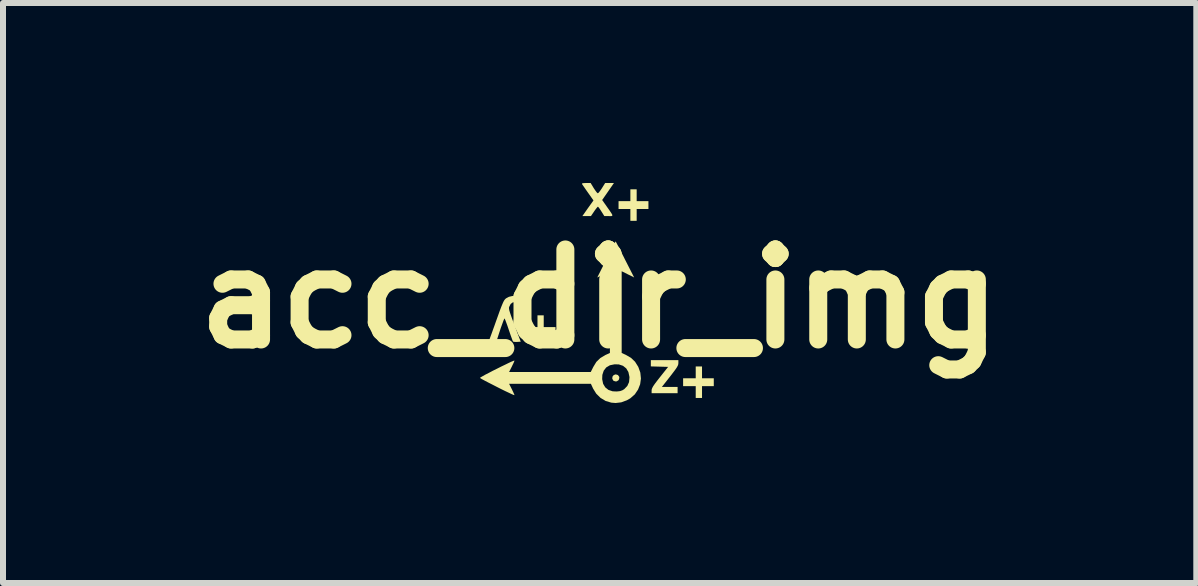
<source format=kicad_pcb>
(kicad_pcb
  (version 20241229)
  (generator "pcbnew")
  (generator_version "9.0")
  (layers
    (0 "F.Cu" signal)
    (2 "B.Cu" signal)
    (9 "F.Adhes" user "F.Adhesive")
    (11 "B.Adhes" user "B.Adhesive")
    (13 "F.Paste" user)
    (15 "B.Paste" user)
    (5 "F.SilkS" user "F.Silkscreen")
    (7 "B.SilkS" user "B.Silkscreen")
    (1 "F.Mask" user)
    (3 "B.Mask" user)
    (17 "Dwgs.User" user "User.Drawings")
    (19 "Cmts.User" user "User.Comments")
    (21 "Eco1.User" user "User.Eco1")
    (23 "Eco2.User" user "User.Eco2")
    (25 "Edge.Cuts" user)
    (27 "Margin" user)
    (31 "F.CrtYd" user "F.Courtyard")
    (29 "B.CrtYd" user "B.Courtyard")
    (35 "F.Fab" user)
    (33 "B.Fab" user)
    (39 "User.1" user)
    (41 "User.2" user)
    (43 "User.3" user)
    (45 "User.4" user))
  (footprint "acc_dir_img"
    (layer "F.Cu")
    (at 6.943 1.929)
    (property "Reference" "acc_dir_img" (at 0 0 0) (layer "F.SilkS") (effects (font (size 1.5 1.5) (thickness 0.3))))
    (attr board_only exclude_from_pos_files exclude_from_bom)
    (fp_poly (pts (xy 0.305 1.271) (xy 0.326 1.3) (xy 0.328 1.319) (xy 0.317 1.355) (xy 0.287 1.375) (xy 0.269 1.378) (xy 0.239 1.37) (xy 0.226 1.362) (xy 0.21 1.33) (xy 0.214 1.297) (xy 0.235 1.271) (xy 0.268 1.26) (xy 0.269 1.26)) (stroke (width 0) (type solid)) (fill yes) (layer "F.SilkS"))
    (fp_poly (pts (xy -0.932 0.374) (xy -0.932 0.472) (xy -0.833 0.472) (xy -0.735 0.472) (xy -0.735 0.538) (xy -0.735 0.604) (xy -0.833 0.604) (xy -0.932 0.604) (xy -0.932 0.702) (xy -0.932 0.8) (xy -0.984 0.8) (xy -1.036 0.8) (xy -1.036 0.702) (xy -1.036 0.604) (xy -1.135 0.604) (xy -1.233 0.604) (xy -1.233 0.538) (xy -1.233 0.472) (xy -1.135 0.472) (xy -1.036 0.472) (xy -1.036 0.374) (xy -1.036 0.276) (xy -0.984 0.276) (xy -0.932 0.276)) (stroke (width 0) (type solid)) (fill yes) (layer "F.SilkS"))
    (fp_poly (pts (xy 0.617 -1.725) (xy 0.617 -1.627) (xy 0.715 -1.627) (xy 0.813 -1.627) (xy 0.813 -1.561) (xy 0.813 -1.496) (xy 0.715 -1.496) (xy 0.617 -1.496) (xy 0.617 -1.397) (xy 0.617 -1.299) (xy 0.564 -1.299) (xy 0.512 -1.299) (xy 0.512 -1.397) (xy 0.512 -1.496) (xy 0.413 -1.496) (xy 0.315 -1.496) (xy 0.315 -1.561) (xy 0.315 -1.627) (xy 0.413 -1.627) (xy 0.512 -1.627) (xy 0.512 -1.725) (xy 0.512 -1.824) (xy 0.564 -1.824) (xy 0.617 -1.824)) (stroke (width 0) (type solid)) (fill yes) (layer "F.SilkS"))
    (fp_poly (pts (xy 1.706 1.227) (xy 1.706 1.325) (xy 1.804 1.325) (xy 1.902 1.325) (xy 1.902 1.391) (xy 1.902 1.456) (xy 1.804 1.456) (xy 1.706 1.456) (xy 1.706 1.555) (xy 1.706 1.653) (xy 1.653 1.653) (xy 1.601 1.653) (xy 1.601 1.555) (xy 1.601 1.456) (xy 1.496 1.456) (xy 1.391 1.456) (xy 1.391 1.391) (xy 1.391 1.325) (xy 1.496 1.325) (xy 1.601 1.325) (xy 1.601 1.227) (xy 1.601 1.128) (xy 1.653 1.128) (xy 1.706 1.128)) (stroke (width 0) (type solid)) (fill yes) (layer "F.SilkS"))
    (fp_poly (pts (xy 1.312 1.071) (xy 1.31 1.092) (xy 1.302 1.115) (xy 1.286 1.144) (xy 1.26 1.182) (xy 1.221 1.234) (xy 1.175 1.294) (xy 1.037 1.469) (xy 1.168 1.469) (xy 1.299 1.469) (xy 1.299 1.522) (xy 1.299 1.574) (xy 1.082 1.574) (xy 0.866 1.574) (xy 0.866 1.528) (xy 0.868 1.508) (xy 0.877 1.485) (xy 0.894 1.454) (xy 0.922 1.414) (xy 0.963 1.36) (xy 1.003 1.309) (xy 1.141 1.135) (xy 0.997 1.131) (xy 0.853 1.127) (xy 0.853 1.075) (xy 0.853 1.023) (xy 1.082 1.023) (xy 1.312 1.023)) (stroke (width 0) (type solid)) (fill yes) (layer "F.SilkS"))
    (fp_poly (pts (xy -0.098 -1.843) (xy -0.071 -1.803) (xy -0.048 -1.772) (xy -0.032 -1.758) (xy -0.031 -1.758) (xy -0.017 -1.768) (xy 0.006 -1.796) (xy 0.033 -1.835) (xy 0.038 -1.843) (xy 0.092 -1.929) (xy 0.165 -1.929) (xy 0.238 -1.929) (xy 0.14 -1.787) (xy 0.042 -1.646) (xy 0.12 -1.535) (xy 0.164 -1.473) (xy 0.193 -1.43) (xy 0.209 -1.403) (xy 0.212 -1.387) (xy 0.203 -1.379) (xy 0.183 -1.377) (xy 0.152 -1.378) (xy 0.151 -1.378) (xy 0.078 -1.378) (xy 0.029 -1.456) (xy 0.004 -1.495) (xy -0.017 -1.523) (xy -0.029 -1.535) (xy -0.029 -1.535) (xy -0.04 -1.525) (xy -0.062 -1.498) (xy -0.089 -1.461) (xy -0.092 -1.456) (xy -0.145 -1.378) (xy -0.217 -1.378) (xy -0.288 -1.378) (xy -0.196 -1.509) (xy -0.103 -1.639) (xy -0.194 -1.768) (xy -0.23 -1.819) (xy -0.261 -1.864) (xy -0.283 -1.896) (xy -0.294 -1.912) (xy -0.293 -1.922) (xy -0.273 -1.927) (xy -0.231 -1.929) (xy -0.227 -1.929) (xy -0.15 -1.929)) (stroke (width 0) (type solid)) (fill yes) (layer "F.SilkS"))
    (fp_poly (pts (xy -1.403 -0.045) (xy -1.385 -0.04) (xy -1.36 -0.023) (xy -1.351 0.007) (xy -1.351 0.013) (xy -1.354 0.039) (xy -1.365 0.05) (xy -1.394 0.052) (xy -1.402 0.052) (xy -1.449 0.061) (xy -1.483 0.087) (xy -1.507 0.134) (xy -1.511 0.149) (xy -1.51 0.168) (xy -1.505 0.196) (xy -1.493 0.235) (xy -1.475 0.288) (xy -1.449 0.36) (xy -1.418 0.443) (xy -1.315 0.715) (xy -1.374 0.719) (xy -1.412 0.719) (xy -1.438 0.715) (xy -1.443 0.713) (xy -1.451 0.697) (xy -1.464 0.661) (xy -1.483 0.609) (xy -1.504 0.547) (xy -1.515 0.515) (xy -1.537 0.45) (xy -1.557 0.395) (xy -1.573 0.353) (xy -1.583 0.331) (xy -1.586 0.328) (xy -1.593 0.34) (xy -1.606 0.372) (xy -1.624 0.422) (xy -1.646 0.483) (xy -1.66 0.525) (xy -1.724 0.722) (xy -1.788 0.722) (xy -1.826 0.72) (xy -1.844 0.715) (xy -1.846 0.704) (xy -1.844 0.699) (xy -1.837 0.68) (xy -1.823 0.641) (xy -1.802 0.584) (xy -1.777 0.514) (xy -1.748 0.434) (xy -1.729 0.38) (xy -1.692 0.277) (xy -1.663 0.196) (xy -1.639 0.133) (xy -1.62 0.087) (xy -1.605 0.053) (xy -1.592 0.029) (xy -1.579 0.011) (xy -1.566 -0.002) (xy -1.555 -0.01) (xy -1.511 -0.033) (xy -1.456 -0.046)) (stroke (width 0) (type solid)) (fill yes) (layer "F.SilkS"))
    (fp_poly (pts (xy 0.274 -0.943) (xy 0.291 -0.911) (xy 0.317 -0.861) (xy 0.35 -0.797) (xy 0.388 -0.723) (xy 0.423 -0.653) (xy 0.575 -0.355) (xy 0.471 -0.407) (xy 0.367 -0.459) (xy 0.367 0.222) (xy 0.367 0.903) (xy 0.437 0.935) (xy 0.523 0.985) (xy 0.59 1.049) (xy 0.642 1.132) (xy 0.644 1.135) (xy 0.678 1.231) (xy 0.688 1.329) (xy 0.675 1.424) (xy 0.64 1.513) (xy 0.586 1.593) (xy 0.512 1.658) (xy 0.455 1.691) (xy 0.36 1.726) (xy 0.267 1.737) (xy 0.194 1.731) (xy 0.1 1.703) (xy 0.015 1.652) (xy -0.057 1.581) (xy -0.112 1.492) (xy -0.114 1.486) (xy -0.146 1.417) (xy -0.828 1.417) (xy -1.509 1.417) (xy -1.462 1.51) (xy -1.441 1.554) (xy -1.426 1.588) (xy -1.419 1.605) (xy -1.419 1.606) (xy -1.433 1.603) (xy -1.466 1.589) (xy -1.514 1.566) (xy -1.574 1.538) (xy -1.641 1.505) (xy -1.712 1.469) (xy -1.782 1.433) (xy -1.849 1.399) (xy -1.907 1.369) (xy -1.953 1.344) (xy -1.962 1.339) (xy 0.042 1.339) (xy 0.058 1.417) (xy 0.094 1.477) (xy 0.147 1.519) (xy 0.217 1.542) (xy 0.284 1.545) (xy 0.339 1.539) (xy 0.379 1.525) (xy 0.41 1.506) (xy 0.461 1.453) (xy 0.49 1.389) (xy 0.497 1.311) (xy 0.496 1.298) (xy 0.479 1.221) (xy 0.443 1.16) (xy 0.389 1.117) (xy 0.32 1.094) (xy 0.249 1.092) (xy 0.171 1.108) (xy 0.11 1.144) (xy 0.068 1.198) (xy 0.045 1.268) (xy 0.042 1.339) (xy -1.962 1.339) (xy -1.984 1.326) (xy -1.994 1.318) (xy -1.983 1.309) (xy -1.952 1.291) (xy -1.906 1.265) (xy -1.847 1.235) (xy -1.781 1.2) (xy -1.71 1.165) (xy -1.639 1.129) (xy -1.572 1.097) (xy -1.513 1.068) (xy -1.465 1.046) (xy -1.433 1.033) (xy -1.42 1.029) (xy -1.423 1.042) (xy -1.436 1.073) (xy -1.456 1.114) (xy -1.462 1.127) (xy -1.509 1.22) (xy -0.829 1.22) (xy -0.148 1.22) (xy -0.106 1.136) (xy -0.055 1.052) (xy 0.011 0.988) (xy 0.096 0.937) (xy 0.101 0.935) (xy 0.171 0.903) (xy 0.171 0.222) (xy 0.171 -0.459) (xy 0.065 -0.407) (xy -0.04 -0.354) (xy 0.112 -0.657) (xy 0.153 -0.739) (xy 0.19 -0.811) (xy 0.222 -0.872) (xy 0.246 -0.919) (xy 0.262 -0.948) (xy 0.268 -0.956)) (stroke (width 0) (type solid)) (fill yes) (layer "F.SilkS")))
  (gr_rect
    (start -3 -3)
    (end 16.886 6.666)
    (stroke (width 0.1) (type default))
    (fill no)
    (layer "Edge.Cuts")))
</source>
